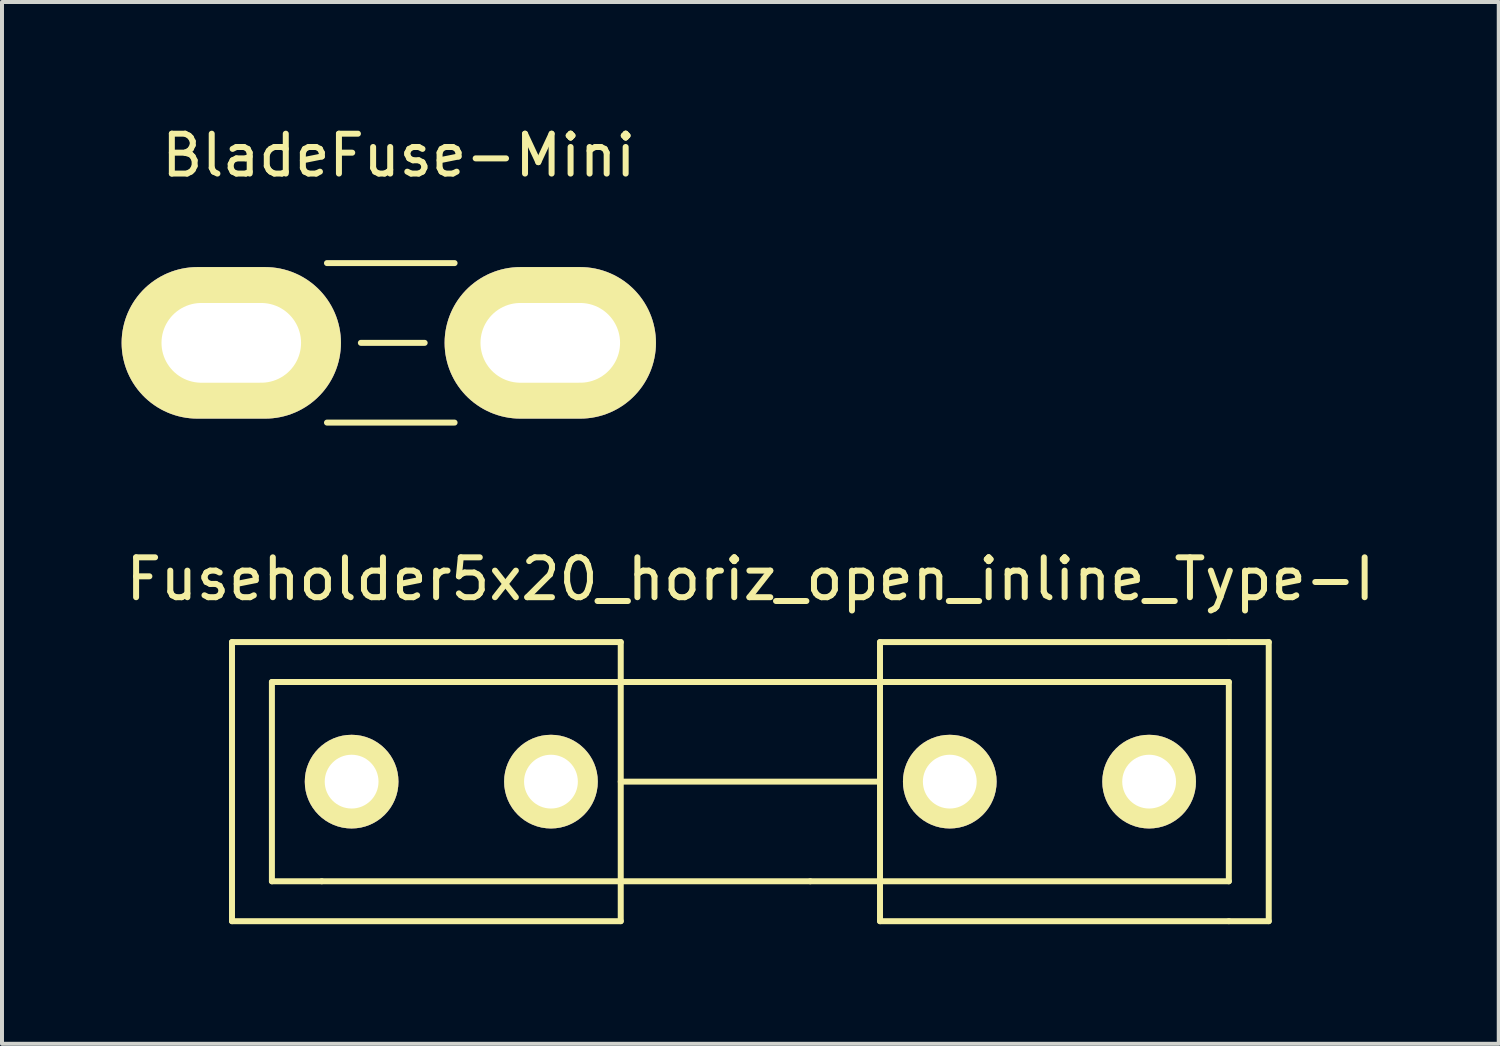
<source format=kicad_pcb>
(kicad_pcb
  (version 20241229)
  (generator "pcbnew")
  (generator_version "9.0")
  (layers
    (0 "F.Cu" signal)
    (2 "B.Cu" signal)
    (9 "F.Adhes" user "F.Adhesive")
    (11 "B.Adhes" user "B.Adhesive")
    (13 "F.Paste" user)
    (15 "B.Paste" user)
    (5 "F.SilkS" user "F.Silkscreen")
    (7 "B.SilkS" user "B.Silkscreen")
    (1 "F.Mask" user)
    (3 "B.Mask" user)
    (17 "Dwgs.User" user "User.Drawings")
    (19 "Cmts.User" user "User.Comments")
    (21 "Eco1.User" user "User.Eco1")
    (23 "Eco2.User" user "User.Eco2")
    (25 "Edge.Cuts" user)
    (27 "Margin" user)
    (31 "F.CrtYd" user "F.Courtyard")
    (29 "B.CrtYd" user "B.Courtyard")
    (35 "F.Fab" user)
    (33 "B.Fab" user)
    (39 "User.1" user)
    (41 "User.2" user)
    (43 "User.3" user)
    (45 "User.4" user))
  (footprint "BladeFuse-Mini"
    (layer "F.Cu")
    (at 6.75 5.548)
    (property "Reference" "BladeFuse-Mini" (at 0.2 -4.7 0) (layer "F.SilkS") (effects (font (size 1 1) (thickness 0.15))))
    (attr through_hole)
    (fp_line (start -1.6 -2) (end 1.6 -2) (stroke (width 0.15) (type solid)) (layer "F.SilkS"))
    (fp_line (start -0.75 0) (end 0.85 0) (stroke (width 0.15) (type solid)) (layer "F.SilkS"))
    (fp_line (start 1.6 2) (end -1.6 2) (stroke (width 0.15) (type solid)) (layer "F.SilkS"))
    (pad "1" thru_hole oval (at -4 0) (size 5.5 3.8) (drill oval 3.5 2) (layers "*.Cu" "*.Mask" "F.SilkS"))
    (pad "2" thru_hole oval (at 4 0) (size 5.3 3.8) (drill oval 3.5 2) (layers "*.Cu" "*.Mask" "F.SilkS")))
  (footprint "Fuseholder5x20_horiz_open_inline_Type-I"
    (layer "F.Cu")
    (at 15.768 16.552)
    (property "Reference" "Fuseholder5x20_horiz_open_inline_Type-I" (at 0 -5.08 0) (layer "F.SilkS") (effects (font (size 1 1) (thickness 0.15))))
    (attr through_hole)
    (fp_line (start -13 -3.5) (end -13 3.5) (stroke (width 0.15) (type solid)) (layer "F.SilkS"))
    (fp_line (start -11.999 -2.499) (end -11.999 2.499) (stroke (width 0.15) (type solid)) (layer "F.SilkS"))
    (fp_line (start -10.749 2.499) (end -11.999 2.499) (stroke (width 0.15) (type solid)) (layer "F.SilkS"))
    (fp_line (start -10.5 -2.499) (end -11.999 -2.499) (stroke (width 0.15) (type solid)) (layer "F.SilkS"))
    (fp_line (start -3.251 -3.5) (end -13 -3.5) (stroke (width 0.15) (type solid)) (layer "F.SilkS"))
    (fp_line (start -3.251 -3.5) (end -3.251 3.5) (stroke (width 0.15) (type solid)) (layer "F.SilkS"))
    (fp_line (start -3.251 3.5) (end -13 3.5) (stroke (width 0.15) (type solid)) (layer "F.SilkS"))
    (fp_line (start 1.25 -2.499) (end -10.5 -2.499) (stroke (width 0.15) (type solid)) (layer "F.SilkS"))
    (fp_line (start 1.501 2.499) (end -10.749 2.499) (stroke (width 0.15) (type solid)) (layer "F.SilkS"))
    (fp_line (start 3.251 -3.5) (end 3.251 3.5) (stroke (width 0.15) (type solid)) (layer "F.SilkS"))
    (fp_line (start 3.251 0) (end -3.251 0) (stroke (width 0.15) (type solid)) (layer "F.SilkS"))
    (fp_line (start 11.999 -3.5) (end 3.251 -3.5) (stroke (width 0.15) (type solid)) (layer "F.SilkS"))
    (fp_line (start 11.999 -2.499) (end 1.25 -2.499) (stroke (width 0.15) (type solid)) (layer "F.SilkS"))
    (fp_line (start 11.999 -2.499) (end 11.999 2.499) (stroke (width 0.15) (type solid)) (layer "F.SilkS"))
    (fp_line (start 11.999 2.499) (end 1.501 2.499) (stroke (width 0.15) (type solid)) (layer "F.SilkS"))
    (fp_line (start 11.999 3.5) (end 3.251 3.5) (stroke (width 0.15) (type solid)) (layer "F.SilkS"))
    (fp_line (start 13 -3.5) (end 11.999 -3.5) (stroke (width 0.15) (type solid)) (layer "F.SilkS"))
    (fp_line (start 13 -3.5) (end 13 3.5) (stroke (width 0.15) (type solid)) (layer "F.SilkS"))
    (fp_line (start 13 3.5) (end 11.999 3.5) (stroke (width 0.15) (type solid)) (layer "F.SilkS"))
    (pad "1" thru_hole circle (at -10 0) (size 2.349 2.349) (drill 1.349) (layers "*.Cu" "*.Mask" "F.SilkS"))
    (pad "1" thru_hole circle (at -5.001 0) (size 2.349 2.349) (drill 1.349) (layers "*.Cu" "*.Mask" "F.SilkS"))
    (pad "2" thru_hole circle (at 5.001 0) (size 2.349 2.349) (drill 1.349) (layers "*.Cu" "*.Mask" "F.SilkS"))
    (pad "2" thru_hole circle (at 10 0) (size 2.349 2.349) (drill 1.349) (layers "*.Cu" "*.Mask" "F.SilkS")))
  (gr_rect
    (start -3 -3)
    (end 34.536 23.127)
    (stroke (width 0.1) (type default))
    (fill no)
    (layer "Edge.Cuts")))
</source>
